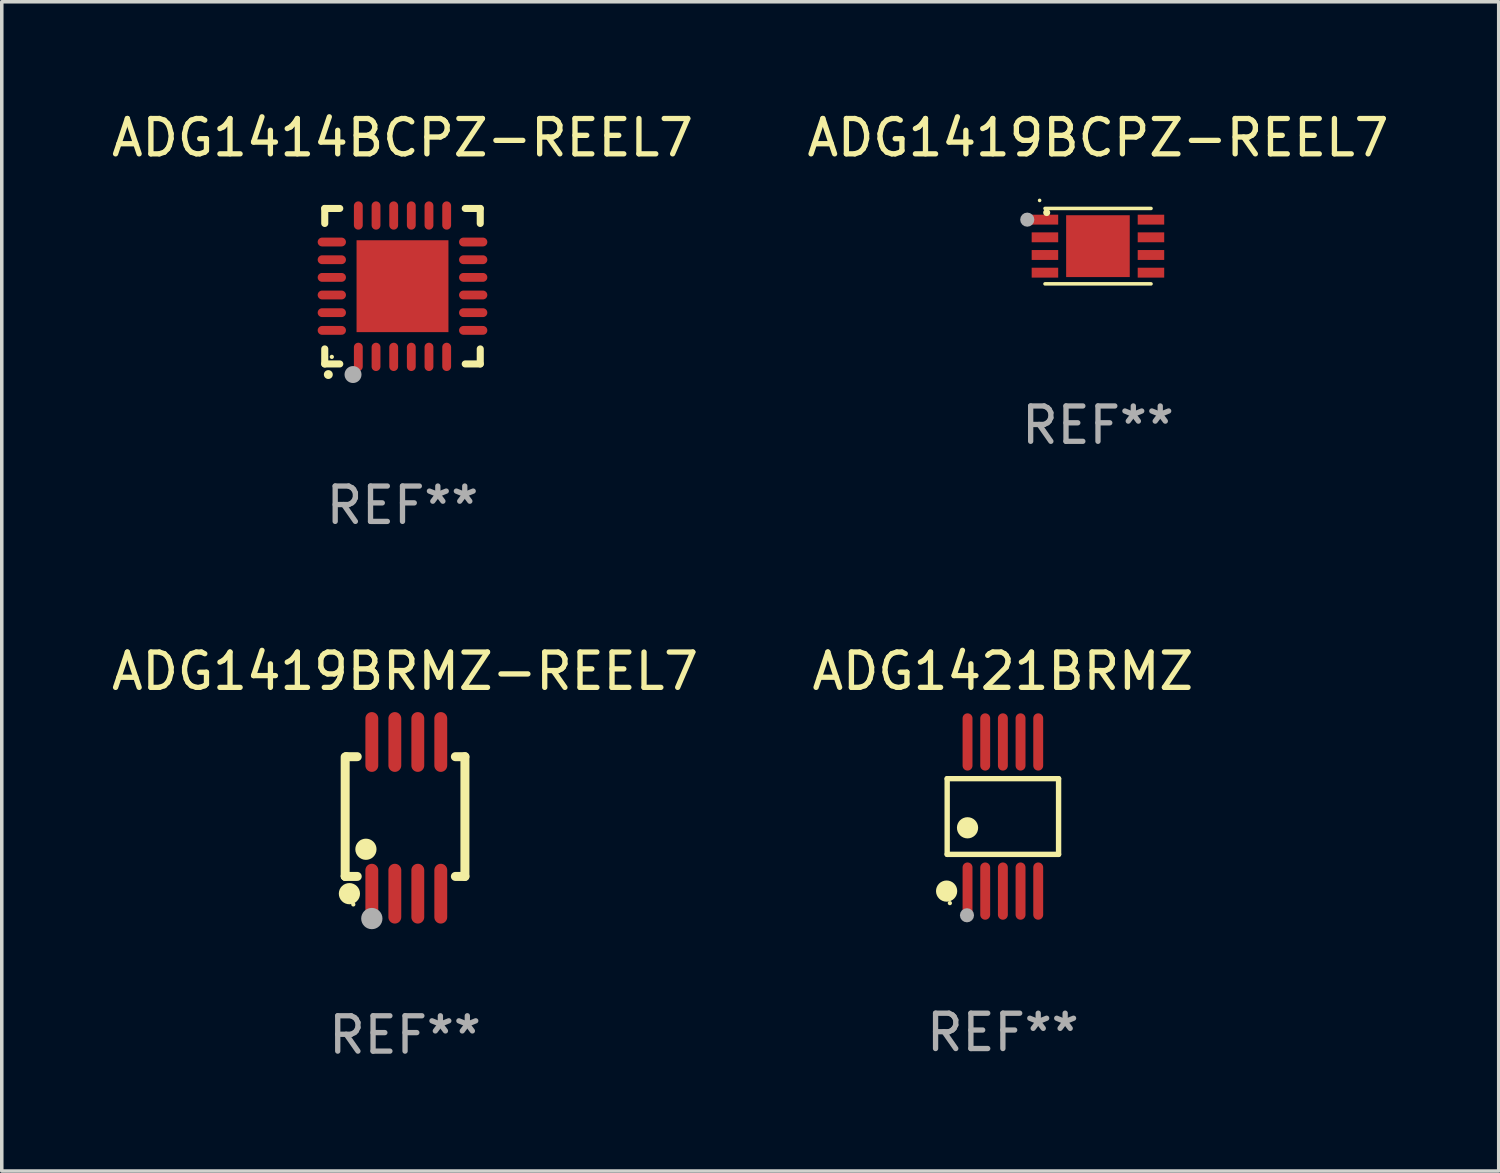
<source format=kicad_pcb>
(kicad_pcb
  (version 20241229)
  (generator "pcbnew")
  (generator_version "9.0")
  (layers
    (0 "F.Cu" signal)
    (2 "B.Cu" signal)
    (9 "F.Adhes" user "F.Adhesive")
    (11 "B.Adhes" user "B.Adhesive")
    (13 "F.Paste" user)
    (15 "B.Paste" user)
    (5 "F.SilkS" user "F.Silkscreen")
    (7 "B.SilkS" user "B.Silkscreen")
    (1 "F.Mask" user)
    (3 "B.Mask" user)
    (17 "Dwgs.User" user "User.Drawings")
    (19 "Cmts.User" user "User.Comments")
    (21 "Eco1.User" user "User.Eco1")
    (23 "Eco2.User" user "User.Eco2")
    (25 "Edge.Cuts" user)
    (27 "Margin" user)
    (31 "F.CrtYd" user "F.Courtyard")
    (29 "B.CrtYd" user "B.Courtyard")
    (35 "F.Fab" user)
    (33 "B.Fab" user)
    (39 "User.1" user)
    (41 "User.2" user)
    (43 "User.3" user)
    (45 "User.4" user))
  (footprint "ADG1419BCPZ-REEL7"
    (layer "F.Cu")
    (at 28.018 3.915)
    (property "Reference" "ADG1419BCPZ-REEL7" (at 0 -3.067 0) (layer "F.SilkS") (effects (font (size 1 1) (thickness 0.15))))
    (attr through_hole)
    (fp_line (start -1.499 -1.067) (end 1.501 -1.067) (stroke (width 0.1) (type solid)) (layer "F.SilkS"))
    (fp_line (start -1.499 1.067) (end 1.501 1.067) (stroke (width 0.1) (type solid)) (layer "F.SilkS"))
    (fp_arc (start -1.651638 -1.292863) (mid -1.651644 -1.294133) (end -1.651638 -1.295403) (stroke (width 0.1) (type solid)) (layer "F.SilkS"))
    (fp_circle (center -1.451 -0.95) (end -1.401 -0.95) (stroke (width 0.1) (type solid)) (fill no) (layer "F.SilkS"))
    (fp_circle (center -2.001 -0.75) (end -1.901 -0.75) (stroke (width 0.2) (type solid)) (fill no) (layer "F.Fab"))
    (fp_text user "REF**" (at 0 5.067 0) (layer "F.Fab") (effects (font (size 1 1) (thickness 0.15))))
    (pad "0" smd rect (at -0.001 0) (size 1.8 1.75) (layers "F.Cu" "F.Mask" "F.Paste"))
    (pad "1" smd rect (at -1.501 -0.75 90) (size 0.28 0.75) (layers "F.Cu" "F.Mask" "F.Paste"))
    (pad "2" smd rect (at -1.501 -0.25 90) (size 0.28 0.75) (layers "F.Cu" "F.Mask" "F.Paste"))
    (pad "3" smd rect (at -1.501 0.25 90) (size 0.28 0.75) (layers "F.Cu" "F.Mask" "F.Paste"))
    (pad "4" smd rect (at -1.501 0.75 90) (size 0.28 0.75) (layers "F.Cu" "F.Mask" "F.Paste"))
    (pad "5" smd rect (at 1.499 0.75 90) (size 0.28 0.75) (layers "F.Cu" "F.Mask" "F.Paste"))
    (pad "6" smd rect (at 1.499 0.25 90) (size 0.28 0.75) (layers "F.Cu" "F.Mask" "F.Paste"))
    (pad "7" smd rect (at 1.499 -0.25 90) (size 0.28 0.75) (layers "F.Cu" "F.Mask" "F.Paste"))
    (pad "8" smd rect (at 1.499 -0.75 90) (size 0.28 0.75) (layers "F.Cu" "F.Mask" "F.Paste")))
  (footprint "ADG1419BRMZ-REEL7"
    (layer "F.Cu")
    (at 8.411 20.091)
    (property "Reference" "ADG1419BRMZ-REEL7" (at 0 -4.146 0) (layer "F.SilkS") (effects (font (size 1 1) (thickness 0.15))))
    (attr through_hole)
    (fp_line (start -1.694 -1.724) (end -1.694 1.652) (stroke (width 0.254) (type solid)) (layer "F.SilkS"))
    (fp_line (start -1.694 1.652) (end -1.688 1.658) (stroke (width 0.254) (type solid)) (layer "F.SilkS"))
    (fp_line (start -1.688 1.658) (end -1.353 1.658) (stroke (width 0.254) (type solid)) (layer "F.SilkS"))
    (fp_line (start -1.661 -1.73) (end -1.681 -1.71) (stroke (width 0.254) (type solid)) (layer "F.SilkS"))
    (fp_line (start -1.353 -1.73) (end -1.661 -1.73) (stroke (width 0.254) (type solid)) (layer "F.SilkS"))
    (fp_line (start 1.424 1.658) (end 1.694 1.658) (stroke (width 0.254) (type solid)) (layer "F.SilkS"))
    (fp_line (start 1.694 -1.73) (end 1.424 -1.73) (stroke (width 0.254) (type solid)) (layer "F.SilkS"))
    (fp_line (start 1.694 1.658) (end 1.694 -1.73) (stroke (width 0.254) (type solid)) (layer "F.SilkS"))
    (fp_circle (center -1.574 2.146) (end -1.424 2.146) (stroke (width 0.3) (type solid)) (fill no) (layer "F.SilkS"))
    (fp_circle (center -1.464 2.45) (end -1.434 2.45) (stroke (width 0.06) (type solid)) (fill no) (layer "F.SilkS"))
    (fp_circle (center -1.107 0.889) (end -0.957 0.889) (stroke (width 0.3) (type solid)) (fill no) (layer "F.SilkS"))
    (fp_circle (center -0.94 2.85) (end -0.789 2.85) (stroke (width 0.3) (type solid)) (fill no) (layer "F.Fab"))
    (fp_text user "REF**" (at 0 6.146 0) (layer "F.Fab") (effects (font (size 1 1) (thickness 0.15))))
    (pad "1" smd oval (at -0.94 2.146) (size 0.364 1.692) (layers "F.Cu" "F.Mask" "F.Paste"))
    (pad "2" smd oval (at -0.289 2.146) (size 0.364 1.692) (layers "F.Cu" "F.Mask" "F.Paste"))
    (pad "3" smd oval (at 0.361 2.146) (size 0.364 1.692) (layers "F.Cu" "F.Mask" "F.Paste"))
    (pad "4" smd oval (at 1.011 2.146) (size 0.364 1.692) (layers "F.Cu" "F.Mask" "F.Paste"))
    (pad "5" smd oval (at 1.011 -2.146) (size 0.364 1.692) (layers "F.Cu" "F.Mask" "F.Paste"))
    (pad "6" smd oval (at 0.361 -2.146) (size 0.364 1.692) (layers "F.Cu" "F.Mask" "F.Paste"))
    (pad "7" smd oval (at -0.289 -2.146) (size 0.364 1.692) (layers "F.Cu" "F.Mask" "F.Paste"))
    (pad "8" smd oval (at -0.94 -2.146) (size 0.364 1.692) (layers "F.Cu" "F.Mask" "F.Paste")))
  (footprint "ADG1421BRMZ"
    (layer "F.Cu")
    (at 25.327 20.054)
    (property "Reference" "ADG1421BRMZ" (at 0 -4.11 0) (layer "F.SilkS") (effects (font (size 1 1) (thickness 0.15))))
    (attr through_hole)
    (fp_line (start -1.576 -1.071) (end 1.576 -1.071) (stroke (width 0.152) (type solid)) (layer "F.SilkS"))
    (fp_line (start -1.576 1.071) (end -1.576 -1.071) (stroke (width 0.152) (type solid)) (layer "F.SilkS"))
    (fp_line (start 1.576 -1.071) (end 1.576 1.071) (stroke (width 0.152) (type solid)) (layer "F.SilkS"))
    (fp_line (start 1.576 1.071) (end -1.576 1.071) (stroke (width 0.152) (type solid)) (layer "F.SilkS"))
    (fp_circle (center -1.592 2.11) (end -1.442 2.11) (stroke (width 0.3) (type solid)) (fill no) (layer "F.SilkS"))
    (fp_circle (center -1.5 2.45) (end -1.47 2.45) (stroke (width 0.06) (type solid)) (fill no) (layer "F.SilkS"))
    (fp_circle (center -1 0.319) (end -0.85 0.319) (stroke (width 0.3) (type solid)) (fill no) (layer "F.SilkS"))
    (fp_circle (center -1.016 2.794) (end -0.916 2.794) (stroke (width 0.2) (type solid)) (fill no) (layer "F.Fab"))
    (fp_text user "REF**" (at 0 6.11 0) (layer "F.Fab") (effects (font (size 1 1) (thickness 0.15))))
    (pad "1" smd oval (at -1 2.11) (size 0.28 1.62) (layers "F.Cu" "F.Mask" "F.Paste"))
    (pad "2" smd oval (at -0.5 2.11) (size 0.28 1.62) (layers "F.Cu" "F.Mask" "F.Paste"))
    (pad "3" smd oval (at 0 2.11) (size 0.28 1.62) (layers "F.Cu" "F.Mask" "F.Paste"))
    (pad "4" smd oval (at 0.5 2.11) (size 0.28 1.62) (layers "F.Cu" "F.Mask" "F.Paste"))
    (pad "5" smd oval (at 1 2.11) (size 0.28 1.62) (layers "F.Cu" "F.Mask" "F.Paste"))
    (pad "6" smd oval (at 1 -2.11) (size 0.28 1.62) (layers "F.Cu" "F.Mask" "F.Paste"))
    (pad "7" smd oval (at 0.5 -2.11) (size 0.28 1.62) (layers "F.Cu" "F.Mask" "F.Paste"))
    (pad "8" smd oval (at 0 -2.11) (size 0.28 1.62) (layers "F.Cu" "F.Mask" "F.Paste"))
    (pad "9" smd oval (at -0.5 -2.11) (size 0.28 1.62) (layers "F.Cu" "F.Mask" "F.Paste"))
    (pad "10" smd oval (at -1 -2.11) (size 0.28 1.62) (layers "F.Cu" "F.Mask" "F.Paste")))
  (footprint "ADG1414BCPZ-REEL7"
    (layer "F.Cu")
    (at 8.339 5.048)
    (property "Reference" "ADG1414BCPZ-REEL7" (at 0 -4.2 0) (layer "F.SilkS") (effects (font (size 1 1) (thickness 0.15))))
    (attr through_hole)
    (fp_line (start -2.2 -2.2) (end -2.2 -1.775) (stroke (width 0.2) (type solid)) (layer "F.SilkS"))
    (fp_line (start -2.2 2.2) (end -2.2 1.775) (stroke (width 0.2) (type solid)) (layer "F.SilkS"))
    (fp_line (start -1.775 -2.2) (end -2.2 -2.2) (stroke (width 0.2) (type solid)) (layer "F.SilkS"))
    (fp_line (start -1.775 2.2) (end -2.2 2.2) (stroke (width 0.2) (type solid)) (layer "F.SilkS"))
    (fp_line (start 2.2 -2.2) (end 1.775 -2.2) (stroke (width 0.2) (type solid)) (layer "F.SilkS"))
    (fp_line (start 2.2 -1.775) (end 2.2 -2.2) (stroke (width 0.2) (type solid)) (layer "F.SilkS"))
    (fp_line (start 2.2 1.775) (end 2.2 2.2) (stroke (width 0.2) (type solid)) (layer "F.SilkS"))
    (fp_line (start 2.2 2.2) (end 1.775 2.2) (stroke (width 0.2) (type solid)) (layer "F.SilkS"))
    (fp_arc (start -2.1 2.5) (mid -2.09873 2.499994) (end -2.09746 2.5) (stroke (width 0.25) (type solid)) (layer "F.SilkS"))
    (fp_circle (center -2 2) (end -1.97 2) (stroke (width 0.06) (type solid)) (fill no) (layer "F.SilkS"))
    (fp_circle (center -1.4 2.5) (end -1.28 2.5) (stroke (width 0.24) (type solid)) (fill no) (layer "F.Fab"))
    (fp_text user "REF**" (at 0 6.2 0) (layer "F.Fab") (effects (font (size 1 1) (thickness 0.15))))
    (pad "1" smd oval (at -1.25 2) (size 0.25 0.8) (layers "F.Cu" "F.Mask" "F.Paste"))
    (pad "2" smd oval (at -0.749 2) (size 0.25 0.8) (layers "F.Cu" "F.Mask" "F.Paste"))
    (pad "3" smd oval (at -0.249 2) (size 0.25 0.8) (layers "F.Cu" "F.Mask" "F.Paste"))
    (pad "4" smd oval (at 0.249 2) (size 0.25 0.8) (layers "F.Cu" "F.Mask" "F.Paste"))
    (pad "5" smd oval (at 0.749 2) (size 0.25 0.8) (layers "F.Cu" "F.Mask" "F.Paste"))
    (pad "6" smd oval (at 1.25 2) (size 0.25 0.8) (layers "F.Cu" "F.Mask" "F.Paste"))
    (pad "7" smd oval (at 2 1.25) (size 0.8 0.25) (layers "F.Cu" "F.Mask" "F.Paste"))
    (pad "8" smd oval (at 2 0.749) (size 0.8 0.25) (layers "F.Cu" "F.Mask" "F.Paste"))
    (pad "9" smd oval (at 2 0.249) (size 0.8 0.25) (layers "F.Cu" "F.Mask" "F.Paste"))
    (pad "10" smd oval (at 2 -0.249) (size 0.8 0.25) (layers "F.Cu" "F.Mask" "F.Paste"))
    (pad "11" smd oval (at 2 -0.749) (size 0.8 0.25) (layers "F.Cu" "F.Mask" "F.Paste"))
    (pad "12" smd oval (at 2 -1.25) (size 0.8 0.25) (layers "F.Cu" "F.Mask" "F.Paste"))
    (pad "13" smd oval (at 1.25 -2) (size 0.25 0.8) (layers "F.Cu" "F.Mask" "F.Paste"))
    (pad "14" smd oval (at 0.749 -2) (size 0.25 0.8) (layers "F.Cu" "F.Mask" "F.Paste"))
    (pad "15" smd oval (at 0.249 -2) (size 0.25 0.8) (layers "F.Cu" "F.Mask" "F.Paste"))
    (pad "16" smd oval (at -0.249 -2) (size 0.25 0.8) (layers "F.Cu" "F.Mask" "F.Paste"))
    (pad "17" smd oval (at -0.749 -2) (size 0.25 0.8) (layers "F.Cu" "F.Mask" "F.Paste"))
    (pad "18" smd oval (at -1.25 -2) (size 0.25 0.8) (layers "F.Cu" "F.Mask" "F.Paste"))
    (pad "19" smd oval (at -2 -1.25) (size 0.8 0.25) (layers "F.Cu" "F.Mask" "F.Paste"))
    (pad "20" smd oval (at -2 -0.749) (size 0.8 0.25) (layers "F.Cu" "F.Mask" "F.Paste"))
    (pad "21" smd oval (at -2 -0.249) (size 0.8 0.25) (layers "F.Cu" "F.Mask" "F.Paste"))
    (pad "22" smd oval (at -2 0.249) (size 0.8 0.25) (layers "F.Cu" "F.Mask" "F.Paste"))
    (pad "23" smd oval (at -2 0.749) (size 0.8 0.25) (layers "F.Cu" "F.Mask" "F.Paste"))
    (pad "24" smd oval (at -2 1.25) (size 0.8 0.25) (layers "F.Cu" "F.Mask" "F.Paste"))
    (pad "25" smd rect (at 0 0) (size 2.6 2.6) (layers "F.Cu" "F.Mask" "F.Paste")))
  (gr_rect
    (start -3 -3)
    (end 39.357 30.085)
    (stroke (width 0.1) (type default))
    (fill no)
    (layer "Edge.Cuts")))
</source>
